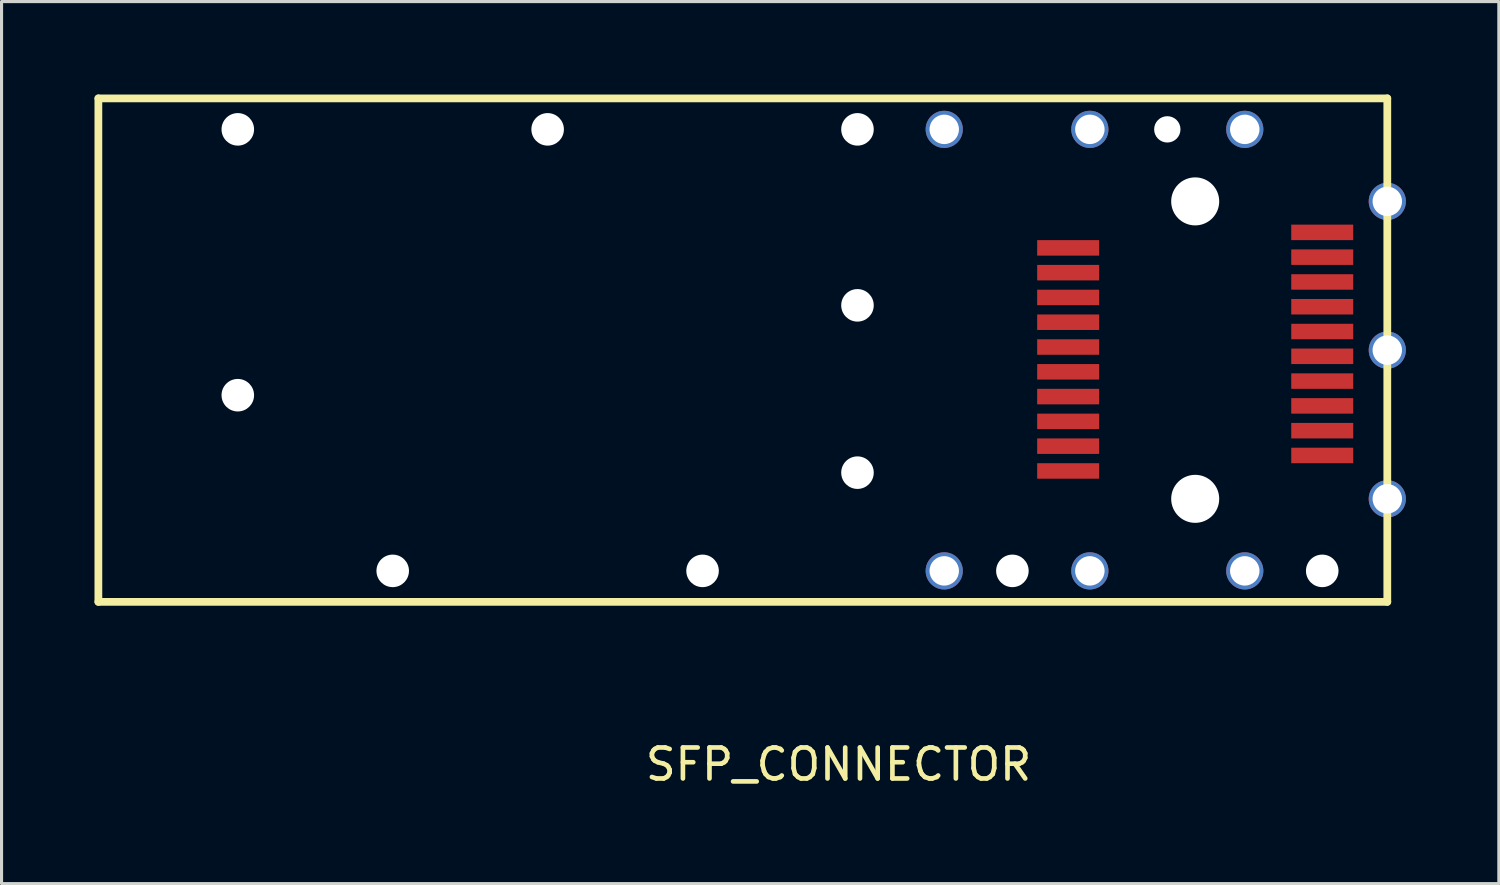
<source format=kicad_pcb>
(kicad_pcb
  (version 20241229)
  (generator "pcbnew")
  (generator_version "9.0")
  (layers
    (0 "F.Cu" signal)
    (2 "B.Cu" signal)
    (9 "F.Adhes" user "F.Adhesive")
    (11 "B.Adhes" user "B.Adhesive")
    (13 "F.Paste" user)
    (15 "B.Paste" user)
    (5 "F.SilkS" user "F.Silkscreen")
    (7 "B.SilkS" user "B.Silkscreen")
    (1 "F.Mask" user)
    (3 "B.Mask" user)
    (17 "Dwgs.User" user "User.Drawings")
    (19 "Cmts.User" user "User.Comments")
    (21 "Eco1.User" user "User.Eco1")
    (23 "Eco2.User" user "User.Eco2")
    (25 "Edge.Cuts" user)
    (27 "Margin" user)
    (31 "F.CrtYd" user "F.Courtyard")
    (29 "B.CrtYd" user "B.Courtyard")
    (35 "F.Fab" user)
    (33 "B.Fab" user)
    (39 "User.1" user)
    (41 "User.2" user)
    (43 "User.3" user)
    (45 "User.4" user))
  (footprint "SFP_CONNECTOR"
    (layer "F.Cu")
    (at 34.625 8.25)
    (property "Reference" "SFP_CONNECTOR" (at -10.61 13.37 0) (layer "F.SilkS") (effects (font (size 1 1) (thickness 0.15))))
    (fp_line (start -34.5 -8.125) (end -34.5 8.125) (stroke (width 0.25) (type solid)) (layer "F.SilkS"))
    (fp_line (start -34.5 -8.125) (end 7.1 -8.125) (stroke (width 0.25) (type solid)) (layer "F.SilkS"))
    (fp_line (start -34.5 8.125) (end 7.1 8.125) (stroke (width 0.25) (type solid)) (layer "F.SilkS"))
    (fp_line (start 7.1 -8.125) (end 7.1 8.125) (stroke (width 0.25) (type solid)) (layer "F.SilkS"))
    (pad "" np_thru_hole circle (at -30 -7.125) (size 1.05 1.05) (drill 1.05) (layers "*.Cu" "*.Mask"))
    (pad "" np_thru_hole circle (at -30 1.455) (size 1.05 1.05) (drill 1.05) (layers "*.Cu" "*.Mask"))
    (pad "" np_thru_hole circle (at -25 7.125) (size 1.05 1.05) (drill 1.05) (layers "*.Cu" "*.Mask"))
    (pad "" np_thru_hole circle (at -20 -7.125) (size 1.05 1.05) (drill 1.05) (layers "*.Cu" "*.Mask"))
    (pad "" np_thru_hole circle (at -15 7.125) (size 1.05 1.05) (drill 1.05) (layers "*.Cu" "*.Mask"))
    (pad "" np_thru_hole circle (at -10 -7.125) (size 1.05 1.05) (drill 1.05) (layers "*.Cu" "*.Mask"))
    (pad "" np_thru_hole circle (at -10 -1.445) (size 1.05 1.05) (drill 1.05) (layers "*.Cu" "*.Mask"))
    (pad "" np_thru_hole circle (at -10 3.955) (size 1.05 1.05) (drill 1.05) (layers "*.Cu" "*.Mask"))
    (pad "" np_thru_hole circle (at -5 7.125) (size 1.05 1.05) (drill 1.05) (layers "*.Cu" "*.Mask"))
    (pad "" np_thru_hole circle (at 0 -7.125) (size 0.85 0.85) (drill 0.85) (layers "*.Cu" "*.Mask"))
    (pad "" np_thru_hole circle (at 0.9 -4.8) (size 1.55 1.55) (drill 1.55) (layers "*.Cu" "*.Mask"))
    (pad "" np_thru_hole circle (at 0.9 4.8) (size 1.55 1.55) (drill 1.55) (layers "*.Cu" "*.Mask"))
    (pad "" np_thru_hole circle (at 5 7.125) (size 1.05 1.05) (drill 1.05) (layers "*.Cu" "*.Mask"))
    (pad "1" smd rect (at -3.2 -3.3) (size 2 0.5) (layers "F.Cu" "F.Mask" "F.Paste"))
    (pad "2" smd rect (at -3.2 -2.5) (size 2 0.5) (layers "F.Cu" "F.Mask" "F.Paste"))
    (pad "3" smd rect (at -3.2 -1.7) (size 2 0.5) (layers "F.Cu" "F.Mask" "F.Paste"))
    (pad "4" smd rect (at -3.2 -0.9) (size 2 0.5) (layers "F.Cu" "F.Mask" "F.Paste"))
    (pad "5" smd rect (at -3.2 -0.1) (size 2 0.5) (layers "F.Cu" "F.Mask" "F.Paste"))
    (pad "6" smd rect (at -3.2 0.7) (size 2 0.5) (layers "F.Cu" "F.Mask" "F.Paste"))
    (pad "7" smd rect (at -3.2 1.5) (size 2 0.5) (layers "F.Cu" "F.Mask" "F.Paste"))
    (pad "8" smd rect (at -3.2 2.3) (size 2 0.5) (layers "F.Cu" "F.Mask" "F.Paste"))
    (pad "9" smd rect (at -3.2 3.1) (size 2 0.5) (layers "F.Cu" "F.Mask" "F.Paste"))
    (pad "10" smd rect (at -3.2 3.9) (size 2 0.5) (layers "F.Cu" "F.Mask" "F.Paste"))
    (pad "11" smd rect (at 5 3.4) (size 2 0.5) (layers "F.Cu" "F.Mask" "F.Paste"))
    (pad "12" smd rect (at 5 2.6) (size 2 0.5) (layers "F.Cu" "F.Mask" "F.Paste"))
    (pad "13" smd rect (at 5 1.8) (size 2 0.5) (layers "F.Cu" "F.Mask" "F.Paste"))
    (pad "14" smd rect (at 5 1) (size 2 0.5) (layers "F.Cu" "F.Mask" "F.Paste"))
    (pad "15" smd rect (at 5 0.2) (size 2 0.5) (layers "F.Cu" "F.Mask" "F.Paste"))
    (pad "16" smd rect (at 5 -0.6) (size 2 0.5) (layers "F.Cu" "F.Mask" "F.Paste"))
    (pad "17" smd rect (at 5 -1.4) (size 2 0.5) (layers "F.Cu" "F.Mask" "F.Paste"))
    (pad "18" smd rect (at 5 -2.2) (size 2 0.5) (layers "F.Cu" "F.Mask" "F.Paste"))
    (pad "19" smd rect (at 5 -3) (size 2 0.5) (layers "F.Cu" "F.Mask" "F.Paste"))
    (pad "20" smd rect (at 5 -3.8) (size 2 0.5) (layers "F.Cu" "F.Mask" "F.Paste"))
    (pad "G" thru_hole circle (at -7.2 -7.125) (size 1.2 1.2) (drill 0.95) (layers "*.Cu" "*.Mask"))
    (pad "G" thru_hole circle (at -7.2 7.125) (size 1.2 1.2) (drill 0.95) (layers "*.Cu" "*.Mask"))
    (pad "G" thru_hole circle (at -2.5 -7.125) (size 1.2 1.2) (drill 0.95) (layers "*.Cu" "*.Mask"))
    (pad "G" thru_hole circle (at -2.5 7.125) (size 1.2 1.2) (drill 0.95) (layers "*.Cu" "*.Mask"))
    (pad "G" thru_hole circle (at 2.5 -7.125 90) (size 1.2 1.2) (drill 0.95) (layers "*.Cu" "*.Mask"))
    (pad "G" thru_hole circle (at 2.5 7.125) (size 1.2 1.2) (drill 0.95) (layers "*.Cu" "*.Mask"))
    (pad "G" thru_hole circle (at 7.1 -4.8) (size 1.2 1.2) (drill 0.95) (layers "*.Cu" "*.Mask"))
    (pad "G" thru_hole circle (at 7.1 0) (size 1.2 1.2) (drill 0.95) (layers "*.Cu" "*.Mask"))
    (pad "G" thru_hole circle (at 7.1 4.8) (size 1.2 1.2) (drill 0.95) (layers "*.Cu" "*.Mask")))
  (gr_rect
    (start -3 -3)
    (end 45.325 25.468)
    (stroke (width 0.1) (type default))
    (fill no)
    (layer "Edge.Cuts")))
</source>
